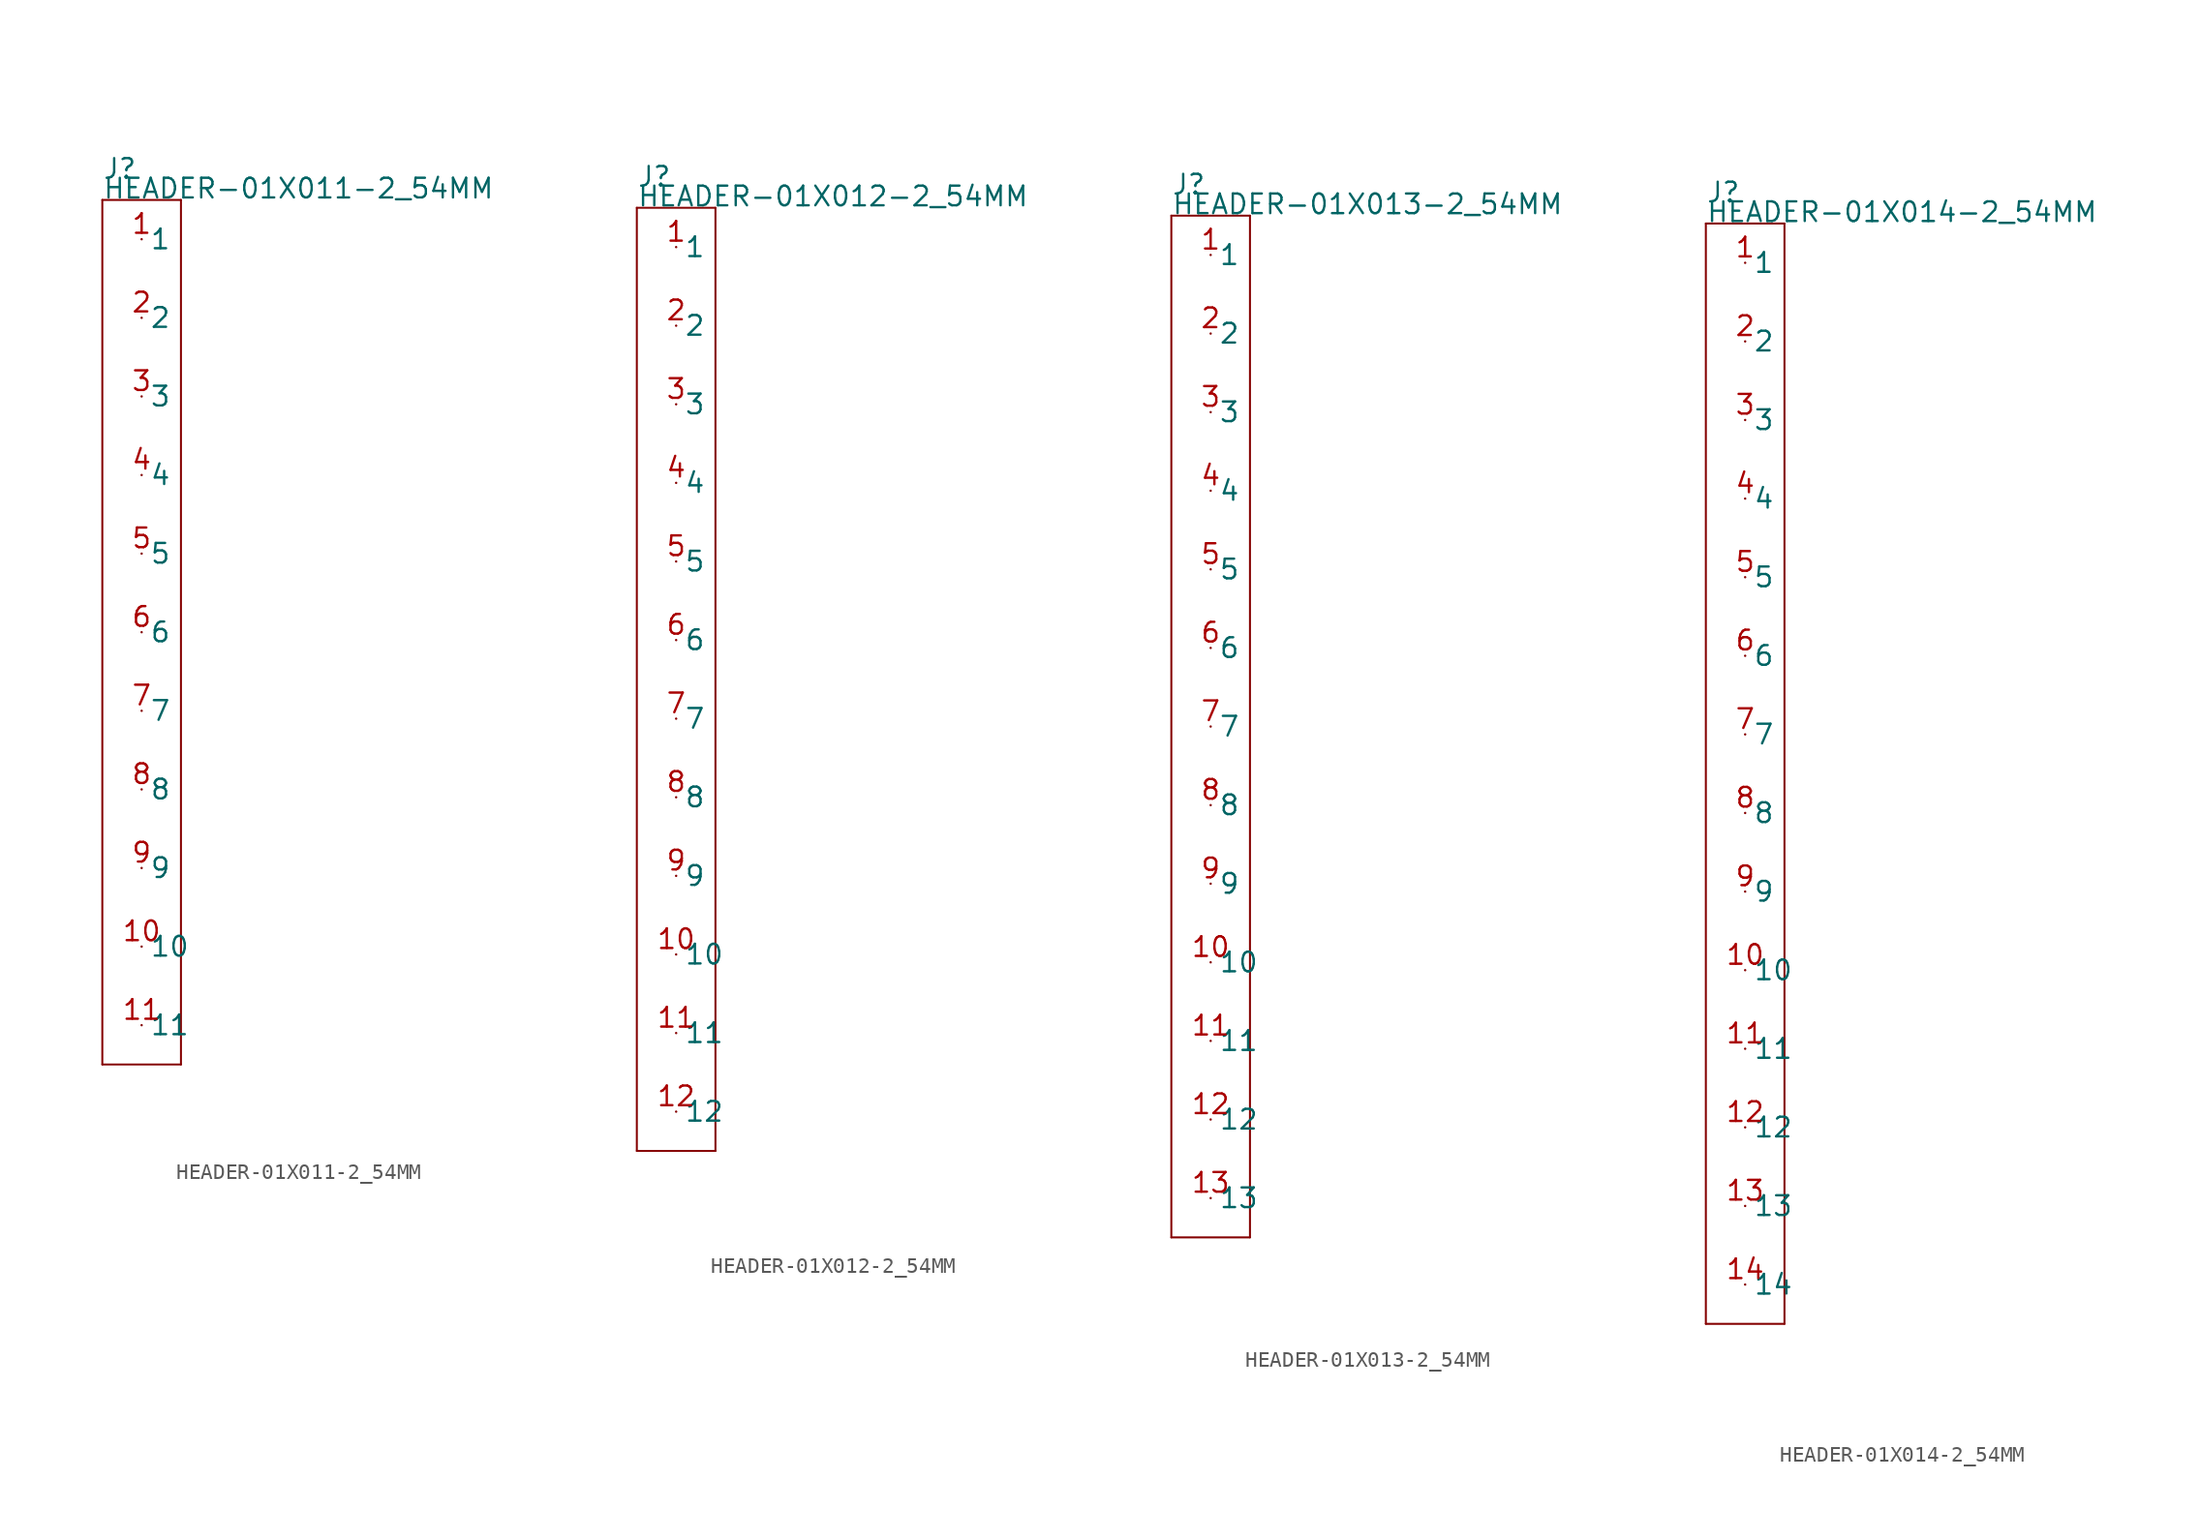
<source format=kicad_sym>
(kicad_symbol_lib
  (version 20211014)
  (generator kicad_symbol_editor)
  (symbol "HEADER-01X011-2_54MM"
    (pin_names)
    (property "Reference" "J"
      (at -2.54 29.21 0)
      (effects (font (size 1.27 1.27)) (justify left bottom)))
    (property "Value" "HEADER-01X011-2_54MM"
      (at -2.54 27.94 0)
      (effects (font (size 1.27 1.27)) (justify left bottom)))
    (property "Datasheet" ""
      (at 0 0 0))
    (property "ki_description" "Header 1x11  - Header Vertical 11POS 2.54MM Technical Specifications: Pitch: 0.1\" (2.54mm) "
      (at 0 0 0))
    (property "ki_fp_filters" "FlashPCB_Connectors:HEADER-THT-01X011-2_54MM FlashPCB_Connectors:HEADER-THT-LONG-01X011-2_54MM FlashPCB_Connectors:HEADER-THT-NOSILK-01X011-2_54MM FlashPCB_Connectors:HEADER-THT-LONG-NOSILK-01X011-2_54MM"
      (at 0 0 0))
    (symbol "HEADER-01X011-2_54MM_1_1"
      (polyline (pts (xy -2.54 27.94) (xy 2.54 27.94)) (stroke (width 0.127)) (fill (type none)))
      (polyline (pts (xy 2.54 27.94) (xy 2.54 -27.94)) (stroke (width 0.127)) (fill (type none)))
      (polyline (pts (xy 2.54 -27.94) (xy -2.54 -27.94)) (stroke (width 0.127)) (fill (type none)))
      (polyline (pts (xy -2.54 -27.94) (xy -2.54 27.94)) (stroke (width 0.127)) (fill (type none)))
      (pin bidirectional line (at 0 25.4 0) (length 0) (name "1" (effects (font (size 1.27 1.27)))) (number "1" (effects (font (size 1.27 1.27)))))
      (pin bidirectional line (at 0 20.32 0) (length 0) (name "2" (effects (font (size 1.27 1.27)))) (number "2" (effects (font (size 1.27 1.27)))))
      (pin bidirectional line (at 0 15.24 0) (length 0) (name "3" (effects (font (size 1.27 1.27)))) (number "3" (effects (font (size 1.27 1.27)))))
      (pin bidirectional line (at 0 10.16 0) (length 0) (name "4" (effects (font (size 1.27 1.27)))) (number "4" (effects (font (size 1.27 1.27)))))
      (pin bidirectional line (at 0 5.08 0) (length 0) (name "5" (effects (font (size 1.27 1.27)))) (number "5" (effects (font (size 1.27 1.27)))))
      (pin bidirectional line (at 0 0 0) (length 0) (name "6" (effects (font (size 1.27 1.27)))) (number "6" (effects (font (size 1.27 1.27)))))
      (pin bidirectional line (at 0 -5.08 0) (length 0) (name "7" (effects (font (size 1.27 1.27)))) (number "7" (effects (font (size 1.27 1.27)))))
      (pin bidirectional line (at 0 -10.16 0) (length 0) (name "8" (effects (font (size 1.27 1.27)))) (number "8" (effects (font (size 1.27 1.27)))))
      (pin bidirectional line (at 0 -15.24 0) (length 0) (name "9" (effects (font (size 1.27 1.27)))) (number "9" (effects (font (size 1.27 1.27)))))
      (pin bidirectional line (at 0 -20.32 0) (length 0) (name "10" (effects (font (size 1.27 1.27)))) (number "10" (effects (font (size 1.27 1.27)))))
      (pin bidirectional line (at 0 -25.4 0) (length 0) (name "11" (effects (font (size 1.27 1.27)))) (number "11" (effects (font (size 1.27 1.27)))))))
  (symbol "HEADER-01X012-2_54MM"
    (pin_names)
    (property "Reference" "J"
      (at -2.54 31.75 0)
      (effects (font (size 1.27 1.27)) (justify left bottom)))
    (property "Value" "HEADER-01X012-2_54MM"
      (at -2.54 30.48 0)
      (effects (font (size 1.27 1.27)) (justify left bottom)))
    (property "Datasheet" ""
      (at 0 0 0))
    (property "ki_description" "Header 1x12  - Header Vertical 12POS 2.54MM Technical Specifications: Pitch: 0.1\" (2.54mm) "
      (at 0 0 0))
    (property "ki_fp_filters" "FlashPCB_Connectors:HEADER-THT-01X012-2_54MM FlashPCB_Connectors:HEADER-THT-LONG-01X012-2_54MM FlashPCB_Connectors:HEADER-THT-NOSILK-01X012-2_54MM FlashPCB_Connectors:HEADER-THT-LONG-NOSILK-01X012-2_54MM"
      (at 0 0 0))
    (symbol "HEADER-01X012-2_54MM_1_1"
      (polyline (pts (xy -2.54 30.48) (xy 2.54 30.48)) (stroke (width 0.127)) (fill (type none)))
      (polyline (pts (xy 2.54 30.48) (xy 2.54 -30.48)) (stroke (width 0.127)) (fill (type none)))
      (polyline (pts (xy 2.54 -30.48) (xy -2.54 -30.48)) (stroke (width 0.127)) (fill (type none)))
      (polyline (pts (xy -2.54 -30.48) (xy -2.54 30.48)) (stroke (width 0.127)) (fill (type none)))
      (pin bidirectional line (at 0 27.94 0) (length 0) (name "1" (effects (font (size 1.27 1.27)))) (number "1" (effects (font (size 1.27 1.27)))))
      (pin bidirectional line (at 0 22.86 0) (length 0) (name "2" (effects (font (size 1.27 1.27)))) (number "2" (effects (font (size 1.27 1.27)))))
      (pin bidirectional line (at 0 17.78 0) (length 0) (name "3" (effects (font (size 1.27 1.27)))) (number "3" (effects (font (size 1.27 1.27)))))
      (pin bidirectional line (at 0 12.7 0) (length 0) (name "4" (effects (font (size 1.27 1.27)))) (number "4" (effects (font (size 1.27 1.27)))))
      (pin bidirectional line (at 0 7.62 0) (length 0) (name "5" (effects (font (size 1.27 1.27)))) (number "5" (effects (font (size 1.27 1.27)))))
      (pin bidirectional line (at 0 2.54 0) (length 0) (name "6" (effects (font (size 1.27 1.27)))) (number "6" (effects (font (size 1.27 1.27)))))
      (pin bidirectional line (at 0 -2.54 0) (length 0) (name "7" (effects (font (size 1.27 1.27)))) (number "7" (effects (font (size 1.27 1.27)))))
      (pin bidirectional line (at 0 -7.62 0) (length 0) (name "8" (effects (font (size 1.27 1.27)))) (number "8" (effects (font (size 1.27 1.27)))))
      (pin bidirectional line (at 0 -12.7 0) (length 0) (name "9" (effects (font (size 1.27 1.27)))) (number "9" (effects (font (size 1.27 1.27)))))
      (pin bidirectional line (at 0 -17.78 0) (length 0) (name "10" (effects (font (size 1.27 1.27)))) (number "10" (effects (font (size 1.27 1.27)))))
      (pin bidirectional line (at 0 -22.86 0) (length 0) (name "11" (effects (font (size 1.27 1.27)))) (number "11" (effects (font (size 1.27 1.27)))))
      (pin bidirectional line (at 0 -27.94 0) (length 0) (name "12" (effects (font (size 1.27 1.27)))) (number "12" (effects (font (size 1.27 1.27)))))))
  (symbol "HEADER-01X013-2_54MM"
    (pin_names)
    (property "Reference" "J"
      (at -2.54 34.29 0)
      (effects (font (size 1.27 1.27)) (justify left bottom)))
    (property "Value" "HEADER-01X013-2_54MM"
      (at -2.54 33.02 0)
      (effects (font (size 1.27 1.27)) (justify left bottom)))
    (property "Datasheet" ""
      (at 0 0 0))
    (property "ki_description" "Header 1x13  - Header Vertical 13POS 2.54MM Technical Specifications: Pitch: 0.1\" (2.54mm) "
      (at 0 0 0))
    (property "ki_fp_filters" "FlashPCB_Connectors:HEADER-THT-01X013-2_54MM FlashPCB_Connectors:HEADER-THT-LONG-01X013-2_54MM FlashPCB_Connectors:HEADER-THT-NOSILK-01X013-2_54MM FlashPCB_Connectors:HEADER-THT-LONG-NOSILK-01X013-2_54MM"
      (at 0 0 0))
    (symbol "HEADER-01X013-2_54MM_1_1"
      (polyline (pts (xy -2.54 33.02) (xy 2.54 33.02)) (stroke (width 0.127)) (fill (type none)))
      (polyline (pts (xy 2.54 33.02) (xy 2.54 -33.02)) (stroke (width 0.127)) (fill (type none)))
      (polyline (pts (xy 2.54 -33.02) (xy -2.54 -33.02)) (stroke (width 0.127)) (fill (type none)))
      (polyline (pts (xy -2.54 -33.02) (xy -2.54 33.02)) (stroke (width 0.127)) (fill (type none)))
      (pin bidirectional line (at 0 30.48 0) (length 0) (name "1" (effects (font (size 1.27 1.27)))) (number "1" (effects (font (size 1.27 1.27)))))
      (pin bidirectional line (at 0 25.4 0) (length 0) (name "2" (effects (font (size 1.27 1.27)))) (number "2" (effects (font (size 1.27 1.27)))))
      (pin bidirectional line (at 0 20.32 0) (length 0) (name "3" (effects (font (size 1.27 1.27)))) (number "3" (effects (font (size 1.27 1.27)))))
      (pin bidirectional line (at 0 15.24 0) (length 0) (name "4" (effects (font (size 1.27 1.27)))) (number "4" (effects (font (size 1.27 1.27)))))
      (pin bidirectional line (at 0 10.16 0) (length 0) (name "5" (effects (font (size 1.27 1.27)))) (number "5" (effects (font (size 1.27 1.27)))))
      (pin bidirectional line (at 0 5.08 0) (length 0) (name "6" (effects (font (size 1.27 1.27)))) (number "6" (effects (font (size 1.27 1.27)))))
      (pin bidirectional line (at 0 0 0) (length 0) (name "7" (effects (font (size 1.27 1.27)))) (number "7" (effects (font (size 1.27 1.27)))))
      (pin bidirectional line (at 0 -5.08 0) (length 0) (name "8" (effects (font (size 1.27 1.27)))) (number "8" (effects (font (size 1.27 1.27)))))
      (pin bidirectional line (at 0 -10.16 0) (length 0) (name "9" (effects (font (size 1.27 1.27)))) (number "9" (effects (font (size 1.27 1.27)))))
      (pin bidirectional line (at 0 -15.24 0) (length 0) (name "10" (effects (font (size 1.27 1.27)))) (number "10" (effects (font (size 1.27 1.27)))))
      (pin bidirectional line (at 0 -20.32 0) (length 0) (name "11" (effects (font (size 1.27 1.27)))) (number "11" (effects (font (size 1.27 1.27)))))
      (pin bidirectional line (at 0 -25.4 0) (length 0) (name "12" (effects (font (size 1.27 1.27)))) (number "12" (effects (font (size 1.27 1.27)))))
      (pin bidirectional line (at 0 -30.48 0) (length 0) (name "13" (effects (font (size 1.27 1.27)))) (number "13" (effects (font (size 1.27 1.27)))))))
  (symbol "HEADER-01X014-2_54MM"
    (pin_names)
    (property "Reference" "J"
      (at -2.54 36.83 0)
      (effects (font (size 1.27 1.27)) (justify left bottom)))
    (property "Value" "HEADER-01X014-2_54MM"
      (at -2.54 35.56 0)
      (effects (font (size 1.27 1.27)) (justify left bottom)))
    (property "Datasheet" ""
      (at 0 0 0))
    (property "ki_description" "Header 1x14  - Header Vertical 14POS 2.54MM Technical Specifications: Pitch: 0.1\" (2.54mm) "
      (at 0 0 0))
    (property "ki_fp_filters" "FlashPCB_Connectors:HEADER-THT-01X014-2_54MM FlashPCB_Connectors:HEADER-THT-LONG-01X014-2_54MM FlashPCB_Connectors:HEADER-THT-NOSILK-01X014-2_54MM FlashPCB_Connectors:HEADER-THT-LONG-NOSILK-01X014-2_54MM"
      (at 0 0 0))
    (symbol "HEADER-01X014-2_54MM_1_1"
      (polyline (pts (xy -2.54 35.56) (xy 2.54 35.56)) (stroke (width 0.127)) (fill (type none)))
      (polyline (pts (xy 2.54 35.56) (xy 2.54 -35.56)) (stroke (width 0.127)) (fill (type none)))
      (polyline (pts (xy 2.54 -35.56) (xy -2.54 -35.56)) (stroke (width 0.127)) (fill (type none)))
      (polyline (pts (xy -2.54 -35.56) (xy -2.54 35.56)) (stroke (width 0.127)) (fill (type none)))
      (pin bidirectional line (at 0 33.02 0) (length 0) (name "1" (effects (font (size 1.27 1.27)))) (number "1" (effects (font (size 1.27 1.27)))))
      (pin bidirectional line (at 0 27.94 0) (length 0) (name "2" (effects (font (size 1.27 1.27)))) (number "2" (effects (font (size 1.27 1.27)))))
      (pin bidirectional line (at 0 22.86 0) (length 0) (name "3" (effects (font (size 1.27 1.27)))) (number "3" (effects (font (size 1.27 1.27)))))
      (pin bidirectional line (at 0 17.78 0) (length 0) (name "4" (effects (font (size 1.27 1.27)))) (number "4" (effects (font (size 1.27 1.27)))))
      (pin bidirectional line (at 0 12.7 0) (length 0) (name "5" (effects (font (size 1.27 1.27)))) (number "5" (effects (font (size 1.27 1.27)))))
      (pin bidirectional line (at 0 7.62 0) (length 0) (name "6" (effects (font (size 1.27 1.27)))) (number "6" (effects (font (size 1.27 1.27)))))
      (pin bidirectional line (at 0 2.54 0) (length 0) (name "7" (effects (font (size 1.27 1.27)))) (number "7" (effects (font (size 1.27 1.27)))))
      (pin bidirectional line (at 0 -2.54 0) (length 0) (name "8" (effects (font (size 1.27 1.27)))) (number "8" (effects (font (size 1.27 1.27)))))
      (pin bidirectional line (at 0 -7.62 0) (length 0) (name "9" (effects (font (size 1.27 1.27)))) (number "9" (effects (font (size 1.27 1.27)))))
      (pin bidirectional line (at 0 -12.7 0) (length 0) (name "10" (effects (font (size 1.27 1.27)))) (number "10" (effects (font (size 1.27 1.27)))))
      (pin bidirectional line (at 0 -17.78 0) (length 0) (name "11" (effects (font (size 1.27 1.27)))) (number "11" (effects (font (size 1.27 1.27)))))
      (pin bidirectional line (at 0 -22.86 0) (length 0) (name "12" (effects (font (size 1.27 1.27)))) (number "12" (effects (font (size 1.27 1.27)))))
      (pin bidirectional line (at 0 -27.94 0) (length 0) (name "13" (effects (font (size 1.27 1.27)))) (number "13" (effects (font (size 1.27 1.27)))))
      (pin bidirectional line (at 0 -33.02 0) (length 0) (name "14" (effects (font (size 1.27 1.27)))) (number "14" (effects (font (size 1.27 1.27))))))))
</source>
